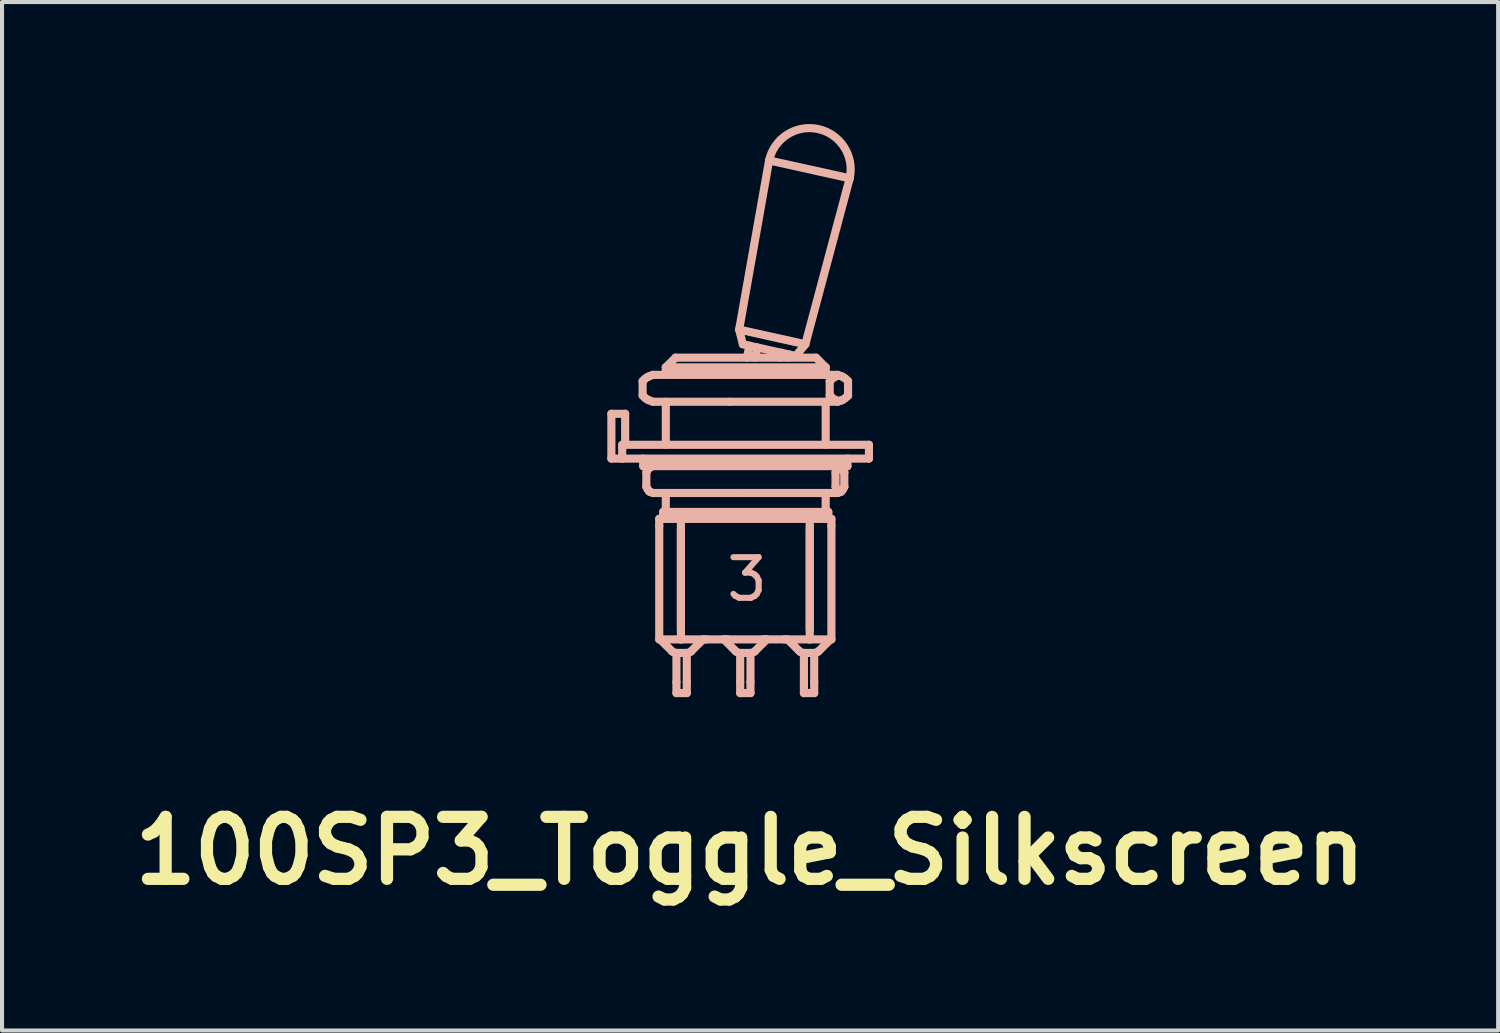
<source format=kicad_pcb>
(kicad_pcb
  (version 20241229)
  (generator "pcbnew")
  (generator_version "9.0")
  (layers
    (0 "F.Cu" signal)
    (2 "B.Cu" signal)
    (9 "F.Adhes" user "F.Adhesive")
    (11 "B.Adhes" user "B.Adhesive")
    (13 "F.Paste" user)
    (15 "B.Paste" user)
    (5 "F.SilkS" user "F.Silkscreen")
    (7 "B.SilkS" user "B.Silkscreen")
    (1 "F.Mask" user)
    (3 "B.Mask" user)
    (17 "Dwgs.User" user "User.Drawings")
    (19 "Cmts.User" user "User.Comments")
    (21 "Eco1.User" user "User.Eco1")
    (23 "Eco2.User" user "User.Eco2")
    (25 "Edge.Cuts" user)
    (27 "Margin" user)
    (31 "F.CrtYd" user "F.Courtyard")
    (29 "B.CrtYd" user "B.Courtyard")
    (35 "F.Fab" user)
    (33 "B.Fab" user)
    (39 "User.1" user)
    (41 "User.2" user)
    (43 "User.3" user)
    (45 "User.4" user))
  (footprint "100SP3_Toggle_Silkscreen"
    (layer "F.Cu")
    (at 15.792 8.394)
    (property "Reference" "100SP3_Toggle_Silkscreen" (at -0.4 9.475 0) (layer "F.SilkS") (effects (font (size 1.524 1.524) (thickness 0.3))))
    (attr through_hole)
    (fp_line (start -3.81 -1.27) (end -3.81 -0.169) (stroke (width 0.2) (type solid)) (layer "B.SilkS"))
    (fp_line (start -3.81 -1.27) (end -3.471 -1.27) (stroke (width 0.2) (type solid)) (layer "B.SilkS"))
    (fp_line (start -3.81 -0.169) (end -3.544 -0.169) (stroke (width 0.2) (type solid)) (layer "B.SilkS"))
    (fp_line (start -3.544 -0.508) (end -3.544 -0.169) (stroke (width 0.2) (type solid)) (layer "B.SilkS"))
    (fp_line (start -3.544 -0.508) (end 2.523 -0.508) (stroke (width 0.2) (type solid)) (layer "B.SilkS"))
    (fp_line (start -3.544 -0.169) (end 2.523 -0.169) (stroke (width 0.2) (type solid)) (layer "B.SilkS"))
    (fp_line (start -3.471 -1.27) (end -3.471 -0.508) (stroke (width 0.2) (type solid)) (layer "B.SilkS"))
    (fp_line (start -3.042 -2.073) (end -3.042 -1.72) (stroke (width 0.2) (type solid)) (layer "B.SilkS"))
    (fp_line (start -3.027 -0.169) (end -3.027 0.017) (stroke (width 0.2) (type solid)) (layer "B.SilkS"))
    (fp_line (start -3.027 0.017) (end 1.994 0.017) (stroke (width 0.2) (type solid)) (layer "B.SilkS"))
    (fp_line (start -2.95 0.171) (end -2.95 0.523) (stroke (width 0.2) (type solid)) (layer "B.SilkS"))
    (fp_line (start -2.882 -1.601) (end -2.787 -1.566) (stroke (width 0.2) (type solid)) (layer "B.SilkS"))
    (fp_line (start -2.857 0.652) (end -2.787 0.677) (stroke (width 0.2) (type solid)) (layer "B.SilkS"))
    (fp_line (start -2.787 -2.227) (end -2.882 -2.192) (stroke (width 0.2) (type solid)) (layer "B.SilkS"))
    (fp_line (start -2.787 0.017) (end -2.857 0.042) (stroke (width 0.2) (type solid)) (layer "B.SilkS"))
    (fp_line (start -2.633 1.483) (end -2.633 1.313) (stroke (width 0.2) (type solid)) (layer "B.SilkS"))
    (fp_line (start -2.633 4.277) (end -2.633 1.483) (stroke (width 0.2) (type solid)) (layer "B.SilkS"))
    (fp_line (start -2.633 4.277) (end -2.1 4.277) (stroke (width 0.2) (type solid)) (layer "B.SilkS"))
    (fp_line (start -2.538 1.143) (end 1.524 1.143) (stroke (width 0.2) (type solid)) (layer "B.SilkS"))
    (fp_line (start -2.538 1.313) (end -2.538 1.143) (stroke (width 0.2) (type solid)) (layer "B.SilkS"))
    (fp_line (start -2.472 -2.413) (end -2.472 -2.227) (stroke (width 0.2) (type solid)) (layer "B.SilkS"))
    (fp_line (start -2.472 -2.413) (end -2.233 -2.65) (stroke (width 0.2) (type solid)) (layer "B.SilkS"))
    (fp_line (start -2.472 -1.566) (end -2.472 -0.508) (stroke (width 0.2) (type solid)) (layer "B.SilkS"))
    (fp_line (start -2.472 0.677) (end -2.472 1.143) (stroke (width 0.2) (type solid)) (layer "B.SilkS"))
    (fp_line (start -2.352 1.313) (end -2.633 1.313) (stroke (width 0.2) (type solid)) (layer "B.SilkS"))
    (fp_line (start -2.352 1.313) (end 1.319 1.313) (stroke (width 0.2) (type solid)) (layer "B.SilkS"))
    (fp_line (start -2.316 4.571) (end -2.61 4.277) (stroke (width 0.2) (type solid)) (layer "B.SilkS"))
    (fp_line (start -2.221 4.61) (end -1.945 4.61) (stroke (width 0.2) (type solid)) (layer "B.SilkS"))
    (fp_line (start -2.21 5.33) (end -2.21 4.61) (stroke (width 0.2) (type solid)) (layer "B.SilkS"))
    (fp_line (start -2.21 5.597) (end -2.21 5.33) (stroke (width 0.2) (type solid)) (layer "B.SilkS"))
    (fp_line (start -2.21 5.597) (end -1.956 5.597) (stroke (width 0.2) (type solid)) (layer "B.SilkS"))
    (fp_line (start -2.1 1.313) (end -2.1 1.483) (stroke (width 0.2) (type solid)) (layer "B.SilkS"))
    (fp_line (start -2.1 1.483) (end -2.1 4.277) (stroke (width 0.2) (type solid)) (layer "B.SilkS"))
    (fp_line (start -2.1 4.043) (end -2.1 1.567) (stroke (width 0.2) (type solid)) (layer "B.SilkS"))
    (fp_line (start -2.1 4.277) (end -1.533 4.277) (stroke (width 0.2) (type solid)) (layer "B.SilkS"))
    (fp_line (start -1.956 4.61) (end -1.956 5.33) (stroke (width 0.2) (type solid)) (layer "B.SilkS"))
    (fp_line (start -1.956 5.33) (end -1.956 5.597) (stroke (width 0.2) (type solid)) (layer "B.SilkS"))
    (fp_line (start -1.556 4.277) (end -1.851 4.571) (stroke (width 0.2) (type solid)) (layer "B.SilkS"))
    (fp_line (start -1.533 4.277) (end -1.471 4.277) (stroke (width 0.2) (type solid)) (layer "B.SilkS"))
    (fp_line (start -1.471 4.277) (end -1.043 4.277) (stroke (width 0.2) (type solid)) (layer "B.SilkS"))
    (fp_line (start -1.001 4.277) (end -1.043 4.277) (stroke (width 0.2) (type solid)) (layer "B.SilkS"))
    (fp_line (start -1.001 4.277) (end -0.95 4.277) (stroke (width 0.2) (type solid)) (layer "B.SilkS"))
    (fp_line (start -0.95 4.277) (end -0.083 4.277) (stroke (width 0.2) (type solid)) (layer "B.SilkS"))
    (fp_line (start -0.897 -2.227) (end -2.787 -2.227) (stroke (width 0.2) (type solid)) (layer "B.SilkS"))
    (fp_line (start -0.897 -1.566) (end -2.787 -1.566) (stroke (width 0.2) (type solid)) (layer "B.SilkS"))
    (fp_line (start -0.749 4.571) (end -1.043 4.277) (stroke (width 0.2) (type solid)) (layer "B.SilkS"))
    (fp_line (start -0.699 0.677) (end -2.787 0.677) (stroke (width 0.2) (type solid)) (layer "B.SilkS"))
    (fp_line (start -0.668 -3.341) (end -0.577 -2.98) (stroke (width 0.2) (type solid)) (layer "B.SilkS"))
    (fp_line (start -0.668 -3.341) (end 0.959 -2.98) (stroke (width 0.2) (type solid)) (layer "B.SilkS"))
    (fp_line (start -0.655 4.61) (end -0.378 4.61) (stroke (width 0.2) (type solid)) (layer "B.SilkS"))
    (fp_line (start -0.643 5.33) (end -0.643 4.61) (stroke (width 0.2) (type solid)) (layer "B.SilkS"))
    (fp_line (start -0.643 5.597) (end -0.643 5.33) (stroke (width 0.2) (type solid)) (layer "B.SilkS"))
    (fp_line (start -0.643 5.597) (end -0.39 5.597) (stroke (width 0.2) (type solid)) (layer "B.SilkS"))
    (fp_line (start -0.577 -2.98) (end 0.725 -2.691) (stroke (width 0.2) (type solid)) (layer "B.SilkS"))
    (fp_line (start -0.414 -2.944) (end -0.48 -2.65) (stroke (width 0.2) (type solid)) (layer "B.SilkS"))
    (fp_line (start -0.39 4.61) (end -0.39 5.33) (stroke (width 0.2) (type solid)) (layer "B.SilkS"))
    (fp_line (start -0.39 5.33) (end -0.39 5.597) (stroke (width 0.2) (type solid)) (layer "B.SilkS"))
    (fp_line (start -0.219 -2.9) (end -0.275 -2.65) (stroke (width 0.2) (type solid)) (layer "B.SilkS"))
    (fp_line (start -0.032 4.277) (end -0.083 4.277) (stroke (width 0.2) (type solid)) (layer "B.SilkS"))
    (fp_line (start 0.01 4.277) (end -0.284 4.571) (stroke (width 0.2) (type solid)) (layer "B.SilkS"))
    (fp_line (start 0.01 4.277) (end -0.032 4.277) (stroke (width 0.2) (type solid)) (layer "B.SilkS"))
    (fp_line (start 0.01 4.277) (end 0.438 4.277) (stroke (width 0.2) (type solid)) (layer "B.SilkS"))
    (fp_line (start 0.068 -7.499) (end -0.668 -3.341) (stroke (width 0.2) (type solid)) (layer "B.SilkS"))
    (fp_line (start 0.34 -2.65) (end 0.367 -2.771) (stroke (width 0.2) (type solid)) (layer "B.SilkS"))
    (fp_line (start 0.5 4.277) (end 0.438 4.277) (stroke (width 0.2) (type solid)) (layer "B.SilkS"))
    (fp_line (start 0.5 4.277) (end 1.067 4.277) (stroke (width 0.2) (type solid)) (layer "B.SilkS"))
    (fp_line (start 0.545 -2.65) (end 0.562 -2.727) (stroke (width 0.2) (type solid)) (layer "B.SilkS"))
    (fp_line (start 0.725 -2.691) (end 0.959 -2.98) (stroke (width 0.2) (type solid)) (layer "B.SilkS"))
    (fp_line (start 0.818 4.571) (end 0.524 4.277) (stroke (width 0.2) (type solid)) (layer "B.SilkS"))
    (fp_line (start 0.912 4.61) (end 1.188 4.61) (stroke (width 0.2) (type solid)) (layer "B.SilkS"))
    (fp_line (start 0.924 5.33) (end 0.924 4.61) (stroke (width 0.2) (type solid)) (layer "B.SilkS"))
    (fp_line (start 0.924 5.597) (end 0.924 5.33) (stroke (width 0.2) (type solid)) (layer "B.SilkS"))
    (fp_line (start 0.924 5.597) (end 1.177 5.597) (stroke (width 0.2) (type solid)) (layer "B.SilkS"))
    (fp_line (start 0.959 -2.98) (end 2.05 -7.06) (stroke (width 0.2) (type solid)) (layer "B.SilkS"))
    (fp_line (start 1.067 1.483) (end 1.067 1.313) (stroke (width 0.2) (type solid)) (layer "B.SilkS"))
    (fp_line (start 1.067 4.043) (end 1.067 1.567) (stroke (width 0.2) (type solid)) (layer "B.SilkS"))
    (fp_line (start 1.067 4.277) (end 1.067 1.483) (stroke (width 0.2) (type solid)) (layer "B.SilkS"))
    (fp_line (start 1.067 4.277) (end 1.6 4.277) (stroke (width 0.2) (type solid)) (layer "B.SilkS"))
    (fp_line (start 1.177 4.61) (end 1.177 5.33) (stroke (width 0.2) (type solid)) (layer "B.SilkS"))
    (fp_line (start 1.177 5.33) (end 1.177 5.597) (stroke (width 0.2) (type solid)) (layer "B.SilkS"))
    (fp_line (start 1.222 -2.65) (end -2.233 -2.65) (stroke (width 0.2) (type solid)) (layer "B.SilkS"))
    (fp_line (start 1.459 -2.413) (end -2.472 -2.413) (stroke (width 0.2) (type solid)) (layer "B.SilkS"))
    (fp_line (start 1.459 -2.413) (end 1.222 -2.65) (stroke (width 0.2) (type solid)) (layer "B.SilkS"))
    (fp_line (start 1.459 -2.227) (end 1.459 -2.413) (stroke (width 0.2) (type solid)) (layer "B.SilkS"))
    (fp_line (start 1.459 -0.508) (end 1.459 -1.566) (stroke (width 0.2) (type solid)) (layer "B.SilkS"))
    (fp_line (start 1.459 1.143) (end 1.459 0.677) (stroke (width 0.2) (type solid)) (layer "B.SilkS"))
    (fp_line (start 1.524 1.313) (end 1.524 1.143) (stroke (width 0.2) (type solid)) (layer "B.SilkS"))
    (fp_line (start 1.558 -2.073) (end 1.558 -1.72) (stroke (width 0.2) (type solid)) (layer "B.SilkS"))
    (fp_line (start 1.577 4.277) (end 1.283 4.571) (stroke (width 0.2) (type solid)) (layer "B.SilkS"))
    (fp_line (start 1.6 1.313) (end 1.319 1.313) (stroke (width 0.2) (type solid)) (layer "B.SilkS"))
    (fp_line (start 1.6 1.483) (end 1.6 1.313) (stroke (width 0.2) (type solid)) (layer "B.SilkS"))
    (fp_line (start 1.6 4.277) (end 1.6 1.483) (stroke (width 0.2) (type solid)) (layer "B.SilkS"))
    (fp_line (start 1.701 0.171) (end 1.701 0.523) (stroke (width 0.2) (type solid)) (layer "B.SilkS"))
    (fp_line (start 1.754 -2.227) (end -0.897 -2.227) (stroke (width 0.2) (type solid)) (layer "B.SilkS"))
    (fp_line (start 1.754 -1.566) (end -0.897 -1.566) (stroke (width 0.2) (type solid)) (layer "B.SilkS"))
    (fp_line (start 1.754 -1.566) (end 1.85 -1.601) (stroke (width 0.2) (type solid)) (layer "B.SilkS"))
    (fp_line (start 1.754 0.677) (end -0.699 0.677) (stroke (width 0.2) (type solid)) (layer "B.SilkS"))
    (fp_line (start 1.754 0.677) (end 1.824 0.652) (stroke (width 0.2) (type solid)) (layer "B.SilkS"))
    (fp_line (start 1.824 0.042) (end 1.754 0.017) (stroke (width 0.2) (type solid)) (layer "B.SilkS"))
    (fp_line (start 1.85 -2.192) (end 1.754 -2.227) (stroke (width 0.2) (type solid)) (layer "B.SilkS"))
    (fp_line (start 1.917 0.171) (end 1.917 0.523) (stroke (width 0.2) (type solid)) (layer "B.SilkS"))
    (fp_line (start 1.994 0.017) (end 1.994 -0.169) (stroke (width 0.2) (type solid)) (layer "B.SilkS"))
    (fp_line (start 2.009 -2.073) (end 2.009 -1.72) (stroke (width 0.2) (type solid)) (layer "B.SilkS"))
    (fp_line (start 2.05 -7.06) (end 0.068 -7.499) (stroke (width 0.2) (type solid)) (layer "B.SilkS"))
    (fp_line (start 2.523 -0.169) (end 2.523 -0.508) (stroke (width 0.2) (type solid)) (layer "B.SilkS"))
    (fp_arc (start -2.221238 4.609933) (mid -2.272262 4.599784) (end -2.315519 4.570881) (stroke (width 0.2) (type solid)) (layer "B.SilkS"))
    (fp_arc (start -1.850748 4.570881) (mid -1.894004 4.599784) (end -1.945029 4.609934) (stroke (width 0.2) (type solid)) (layer "B.SilkS"))
    (fp_arc (start -0.654572 4.609933) (mid -0.705596 4.599784) (end -0.748853 4.570881) (stroke (width 0.2) (type solid)) (layer "B.SilkS"))
    (fp_arc (start -0.284081 4.570881) (mid -0.327337 4.599784) (end -0.378362 4.609934) (stroke (width 0.2) (type solid)) (layer "B.SilkS"))
    (fp_arc (start 0.067913 -7.498893) (mid 1.278539 -8.270147) (end 2.049793 -7.059521) (stroke (width 0.2) (type solid)) (layer "B.SilkS"))
    (fp_arc (start 0.912095 4.609933) (mid 0.861071 4.599784) (end 0.817814 4.570881) (stroke (width 0.2) (type solid)) (layer "B.SilkS"))
    (fp_arc (start 1.282586 4.570881) (mid 1.23933 4.599784) (end 1.188305 4.609934) (stroke (width 0.2) (type solid)) (layer "B.SilkS"))
    (fp_curve (pts (xy -3.042 -1.72) (xy -3.023 -1.701) (xy -3.004 -1.682) (xy -2.985 -1.665)) (stroke (width 0.2) (type solid)) (layer "B.SilkS"))
    (fp_curve (pts (xy -2.985 -2.128) (xy -3.004 -2.111) (xy -3.023 -2.092) (xy -3.042 -2.073)) (stroke (width 0.2) (type solid)) (layer "B.SilkS"))
    (fp_curve (pts (xy -2.985 -1.665) (xy -2.964 -1.646) (xy -2.942 -1.63) (xy -2.921 -1.619)) (stroke (width 0.2) (type solid)) (layer "B.SilkS"))
    (fp_curve (pts (xy -2.95 0.523) (xy -2.94 0.543) (xy -2.931 0.562) (xy -2.922 0.579)) (stroke (width 0.2) (type solid)) (layer "B.SilkS"))
    (fp_curve (pts (xy -2.922 0.115) (xy -2.931 0.132) (xy -2.94 0.151) (xy -2.95 0.171)) (stroke (width 0.2) (type solid)) (layer "B.SilkS"))
    (fp_curve (pts (xy -2.922 0.579) (xy -2.912 0.597) (xy -2.902 0.612) (xy -2.892 0.624)) (stroke (width 0.2) (type solid)) (layer "B.SilkS"))
    (fp_curve (pts (xy -2.921 -1.619) (xy -2.908 -1.613) (xy -2.895 -1.609) (xy -2.882 -1.604)) (stroke (width 0.2) (type solid)) (layer "B.SilkS"))
    (fp_curve (pts (xy -2.919 -2.175) (xy -2.941 -2.164) (xy -2.963 -2.148) (xy -2.985 -2.128)) (stroke (width 0.2) (type solid)) (layer "B.SilkS"))
    (fp_curve (pts (xy -2.892 0.624) (xy -2.882 0.637) (xy -2.871 0.648) (xy -2.861 0.65)) (stroke (width 0.2) (type solid)) (layer "B.SilkS"))
    (fp_curve (pts (xy -2.891 0.069) (xy -2.901 0.082) (xy -2.912 0.097) (xy -2.922 0.115)) (stroke (width 0.2) (type solid)) (layer "B.SilkS"))
    (fp_curve (pts (xy -2.882 -2.189) (xy -2.895 -2.185) (xy -2.907 -2.18) (xy -2.919 -2.175)) (stroke (width 0.2) (type solid)) (layer "B.SilkS"))
    (fp_curve (pts (xy -2.861 0.65) (xy -2.86 0.65) (xy -2.858 0.65) (xy -2.857 0.65)) (stroke (width 0.2) (type solid)) (layer "B.SilkS"))
    (fp_curve (pts (xy -2.859 0.044) (xy -2.87 0.045) (xy -2.88 0.056) (xy -2.891 0.069)) (stroke (width 0.2) (type solid)) (layer "B.SilkS"))
    (fp_curve (pts (xy -2.857 0.044) (xy -2.858 0.044) (xy -2.858 0.044) (xy -2.859 0.044)) (stroke (width 0.2) (type solid)) (layer "B.SilkS"))
    (fp_curve (pts (xy 1.558 -2.073) (xy 1.577 -2.092) (xy 1.596 -2.112) (xy 1.615 -2.128)) (stroke (width 0.2) (type solid)) (layer "B.SilkS"))
    (fp_curve (pts (xy 1.615 -2.128) (xy 1.636 -2.147) (xy 1.657 -2.162) (xy 1.678 -2.174)) (stroke (width 0.2) (type solid)) (layer "B.SilkS"))
    (fp_curve (pts (xy 1.615 -1.665) (xy 1.596 -1.681) (xy 1.577 -1.701) (xy 1.558 -1.72)) (stroke (width 0.2) (type solid)) (layer "B.SilkS"))
    (fp_curve (pts (xy 1.678 -2.174) (xy 1.7 -2.185) (xy 1.721 -2.194) (xy 1.742 -2.199)) (stroke (width 0.2) (type solid)) (layer "B.SilkS"))
    (fp_curve (pts (xy 1.68 -1.619) (xy 1.658 -1.63) (xy 1.636 -1.646) (xy 1.615 -1.665)) (stroke (width 0.2) (type solid)) (layer "B.SilkS"))
    (fp_curve (pts (xy 1.701 0.171) (xy 1.71 0.152) (xy 1.719 0.132) (xy 1.728 0.115)) (stroke (width 0.2) (type solid)) (layer "B.SilkS"))
    (fp_curve (pts (xy 1.728 0.115) (xy 1.738 0.097) (xy 1.748 0.082) (xy 1.758 0.07)) (stroke (width 0.2) (type solid)) (layer "B.SilkS"))
    (fp_curve (pts (xy 1.728 0.579) (xy 1.719 0.562) (xy 1.71 0.543) (xy 1.701 0.523)) (stroke (width 0.2) (type solid)) (layer "B.SilkS"))
    (fp_curve (pts (xy 1.742 -2.199) (xy 1.764 -2.204) (xy 1.785 -2.205) (xy 1.806 -2.203)) (stroke (width 0.2) (type solid)) (layer "B.SilkS"))
    (fp_curve (pts (xy 1.746 -1.593) (xy 1.724 -1.598) (xy 1.702 -1.607) (xy 1.68 -1.619)) (stroke (width 0.2) (type solid)) (layer "B.SilkS"))
    (fp_curve (pts (xy 1.758 0.07) (xy 1.769 0.058) (xy 1.779 0.05) (xy 1.789 0.045)) (stroke (width 0.2) (type solid)) (layer "B.SilkS"))
    (fp_curve (pts (xy 1.759 0.625) (xy 1.749 0.613) (xy 1.738 0.598) (xy 1.728 0.579)) (stroke (width 0.2) (type solid)) (layer "B.SilkS"))
    (fp_curve (pts (xy 1.789 0.045) (xy 1.799 0.04) (xy 1.809 0.038) (xy 1.82 0.041)) (stroke (width 0.2) (type solid)) (layer "B.SilkS"))
    (fp_curve (pts (xy 1.791 0.65) (xy 1.78 0.646) (xy 1.77 0.637) (xy 1.759 0.625)) (stroke (width 0.2) (type solid)) (layer "B.SilkS"))
    (fp_curve (pts (xy 1.806 -2.203) (xy 1.828 -2.2) (xy 1.85 -2.193) (xy 1.872 -2.182)) (stroke (width 0.2) (type solid)) (layer "B.SilkS"))
    (fp_curve (pts (xy 1.812 -1.591) (xy 1.79 -1.588) (xy 1.768 -1.589) (xy 1.746 -1.593)) (stroke (width 0.2) (type solid)) (layer "B.SilkS"))
    (fp_curve (pts (xy 1.82 0.041) (xy 1.83 0.044) (xy 1.841 0.051) (xy 1.851 0.062)) (stroke (width 0.2) (type solid)) (layer "B.SilkS"))
    (fp_curve (pts (xy 1.822 0.652) (xy 1.812 0.656) (xy 1.801 0.655) (xy 1.791 0.65)) (stroke (width 0.2) (type solid)) (layer "B.SilkS"))
    (fp_curve (pts (xy 1.851 0.062) (xy 1.862 0.072) (xy 1.872 0.087) (xy 1.883 0.104)) (stroke (width 0.2) (type solid)) (layer "B.SilkS"))
    (fp_curve (pts (xy 1.853 0.631) (xy 1.843 0.642) (xy 1.832 0.649) (xy 1.822 0.652)) (stroke (width 0.2) (type solid)) (layer "B.SilkS"))
    (fp_curve (pts (xy 1.872 -2.182) (xy 1.894 -2.171) (xy 1.916 -2.157) (xy 1.938 -2.14)) (stroke (width 0.2) (type solid)) (layer "B.SilkS"))
    (fp_curve (pts (xy 1.876 -1.613) (xy 1.854 -1.602) (xy 1.833 -1.595) (xy 1.812 -1.591)) (stroke (width 0.2) (type solid)) (layer "B.SilkS"))
    (fp_curve (pts (xy 1.883 0.104) (xy 1.893 0.121) (xy 1.903 0.142) (xy 1.914 0.165)) (stroke (width 0.2) (type solid)) (layer "B.SilkS"))
    (fp_curve (pts (xy 1.883 0.589) (xy 1.873 0.606) (xy 1.863 0.62) (xy 1.853 0.631)) (stroke (width 0.2) (type solid)) (layer "B.SilkS"))
    (fp_curve (pts (xy 1.914 0.165) (xy 1.915 0.167) (xy 1.916 0.169) (xy 1.917 0.171)) (stroke (width 0.2) (type solid)) (layer "B.SilkS"))
    (fp_curve (pts (xy 1.914 0.53) (xy 1.904 0.552) (xy 1.894 0.572) (xy 1.883 0.589)) (stroke (width 0.2) (type solid)) (layer "B.SilkS"))
    (fp_curve (pts (xy 1.917 0.523) (xy 1.916 0.525) (xy 1.915 0.527) (xy 1.914 0.53)) (stroke (width 0.2) (type solid)) (layer "B.SilkS"))
    (fp_curve (pts (xy 1.938 -2.14) (xy 1.959 -2.122) (xy 1.981 -2.102) (xy 2.003 -2.079)) (stroke (width 0.2) (type solid)) (layer "B.SilkS"))
    (fp_curve (pts (xy 1.939 -1.655) (xy 1.918 -1.638) (xy 1.897 -1.623) (xy 1.876 -1.613)) (stroke (width 0.2) (type solid)) (layer "B.SilkS"))
    (fp_curve (pts (xy 2.003 -2.079) (xy 2.005 -2.077) (xy 2.007 -2.075) (xy 2.009 -2.073)) (stroke (width 0.2) (type solid)) (layer "B.SilkS"))
    (fp_curve (pts (xy 2.003 -1.714) (xy 1.982 -1.692) (xy 1.961 -1.672) (xy 1.939 -1.655)) (stroke (width 0.2) (type solid)) (layer "B.SilkS"))
    (fp_curve (pts (xy 2.009 -1.72) (xy 2.007 -1.718) (xy 2.005 -1.716) (xy 2.003 -1.714)) (stroke (width 0.2) (type solid)) (layer "B.SilkS"))
    (fp_text user "3" (at -0.475 2.8 0) (layer "B.SilkS") (effects (font (size 1 1) (thickness 0.15)))))
  (gr_rect
    (start -3 -3)
    (end 33.785 22.287)
    (stroke (width 0.1) (type default))
    (fill no)
    (layer "Edge.Cuts")))
</source>
